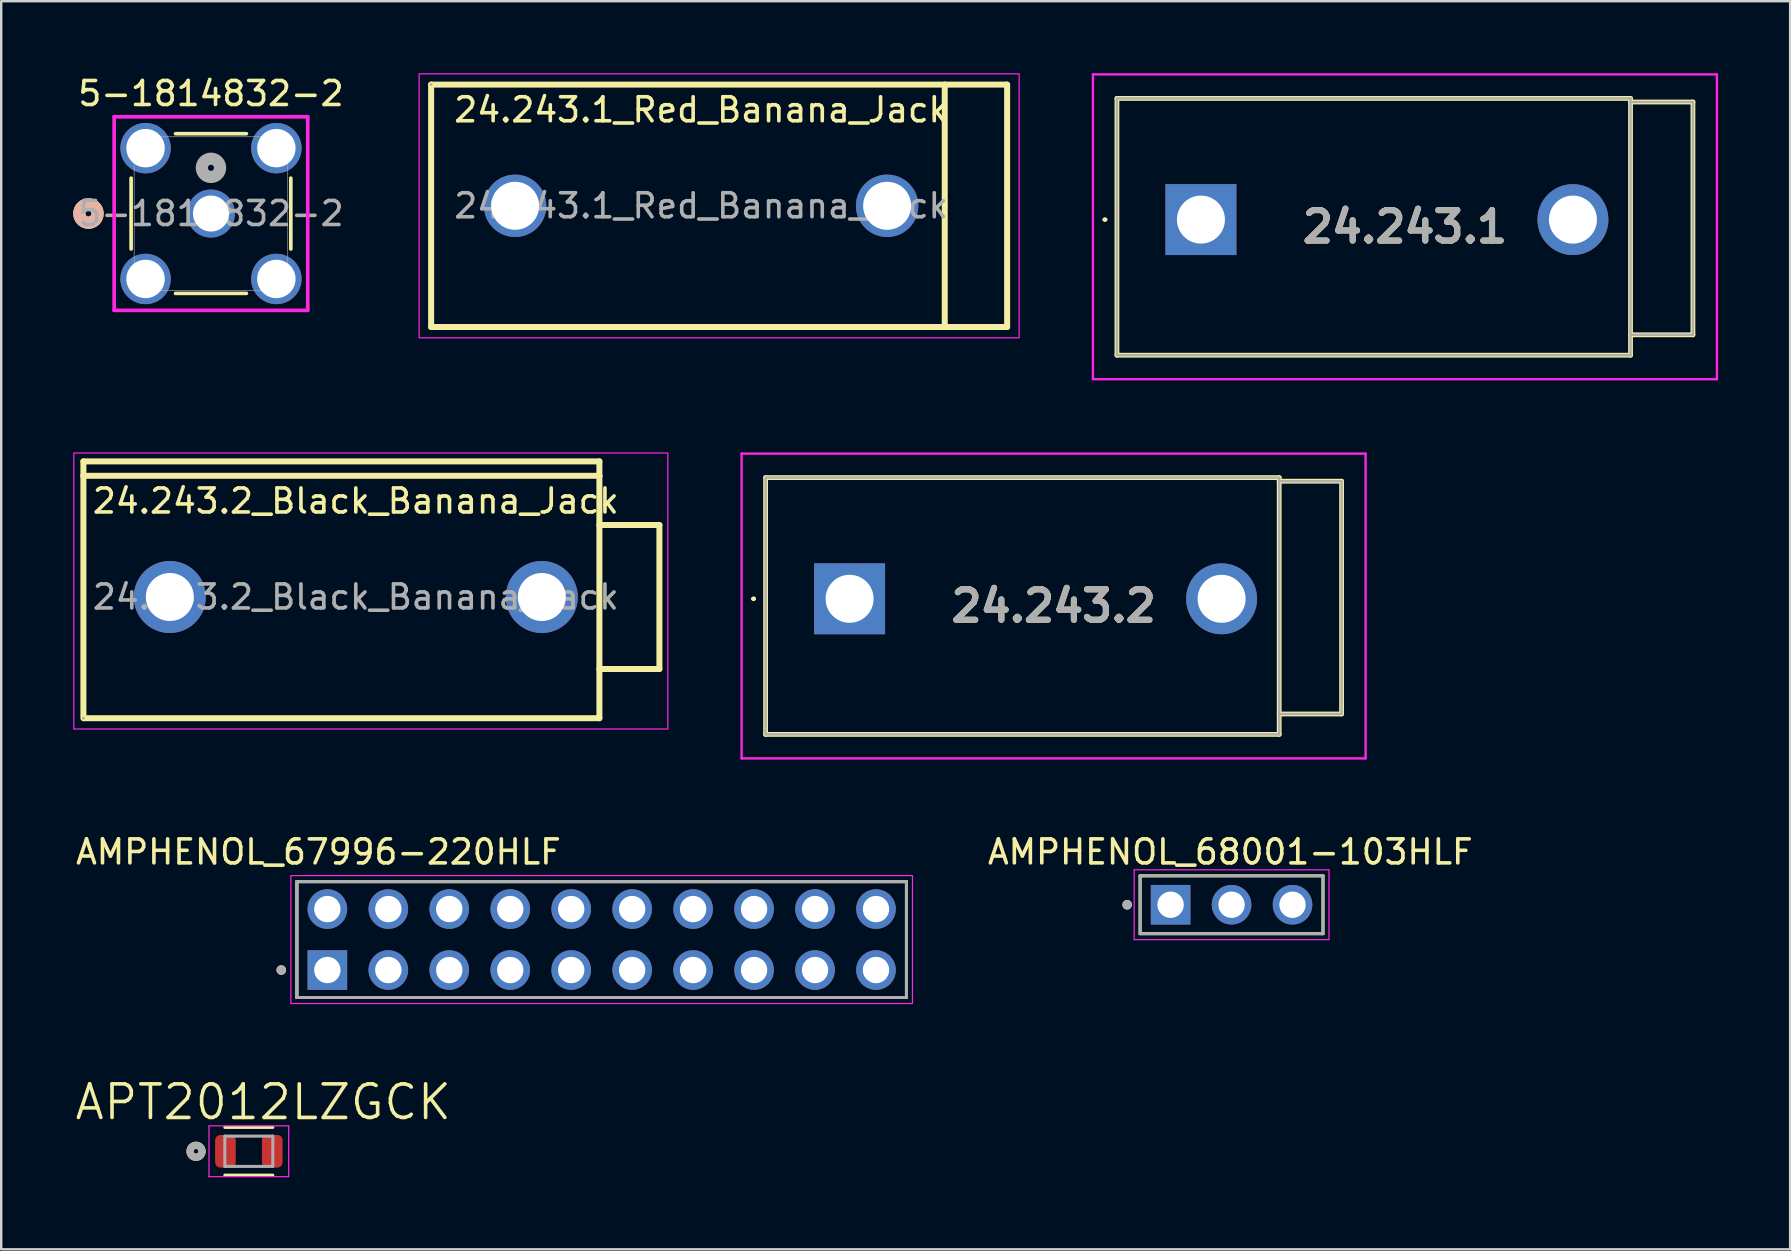
<source format=kicad_pcb>
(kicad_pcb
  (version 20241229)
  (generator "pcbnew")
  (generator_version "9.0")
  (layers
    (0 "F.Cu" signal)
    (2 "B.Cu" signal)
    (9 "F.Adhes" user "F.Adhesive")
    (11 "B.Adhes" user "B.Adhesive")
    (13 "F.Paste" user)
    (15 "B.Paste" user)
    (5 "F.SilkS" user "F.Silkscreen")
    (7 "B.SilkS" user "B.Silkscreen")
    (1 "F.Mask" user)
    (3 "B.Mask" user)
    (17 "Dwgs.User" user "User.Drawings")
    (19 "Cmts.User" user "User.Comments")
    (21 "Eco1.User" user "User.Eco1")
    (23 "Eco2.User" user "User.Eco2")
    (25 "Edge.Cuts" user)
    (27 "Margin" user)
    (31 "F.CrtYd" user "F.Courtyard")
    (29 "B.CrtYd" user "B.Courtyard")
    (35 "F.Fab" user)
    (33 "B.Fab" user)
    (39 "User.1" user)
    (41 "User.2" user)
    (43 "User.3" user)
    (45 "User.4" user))
  (footprint "5-1814832-2"
    (layer "F.Cu")
    (at 5.74 5.848)
    (property "Reference" "5-1814832-2" (at 0 -5 0) (unlocked yes) (layer "F.SilkS") (effects (font (size 1 1) (thickness 0.15))))
    (attr through_hole)
    (fp_line (start -3.327 -1.476) (end -3.327 1.476) (stroke (width 0.152) (type solid)) (layer "F.SilkS"))
    (fp_line (start -1.476 3.327) (end 1.476 3.327) (stroke (width 0.152) (type solid)) (layer "F.SilkS"))
    (fp_line (start 1.476 -3.327) (end -1.476 -3.327) (stroke (width 0.152) (type solid)) (layer "F.SilkS"))
    (fp_line (start 3.327 1.476) (end 3.327 -1.476) (stroke (width 0.152) (type solid)) (layer "F.SilkS"))
    (fp_circle (center -5.105 0) (end -4.724 0) (stroke (width 0.508) (type solid)) (fill no) (layer "F.SilkS"))
    (fp_circle (center -5.105 0) (end -4.724 0) (stroke (width 0.508) (type solid)) (fill no) (layer "B.SilkS"))
    (fp_line (start -4.033 -4.033) (end -4.033 4.033) (stroke (width 0.152) (type solid)) (layer "F.CrtYd"))
    (fp_line (start -4.033 4.033) (end 4.033 4.033) (stroke (width 0.152) (type solid)) (layer "F.CrtYd"))
    (fp_line (start 4.033 -4.033) (end -4.033 -4.033) (stroke (width 0.152) (type solid)) (layer "F.CrtYd"))
    (fp_line (start 4.033 4.033) (end 4.033 -4.033) (stroke (width 0.152) (type solid)) (layer "F.CrtYd"))
    (fp_line (start -3.2 -3.2) (end -3.2 3.2) (stroke (width 0.025) (type solid)) (layer "F.Fab"))
    (fp_line (start -3.2 3.2) (end 3.2 3.2) (stroke (width 0.025) (type solid)) (layer "F.Fab"))
    (fp_line (start 3.2 -3.2) (end -3.2 -3.2) (stroke (width 0.025) (type solid)) (layer "F.Fab"))
    (fp_line (start 3.2 3.2) (end 3.2 -3.2) (stroke (width 0.025) (type solid)) (layer "F.Fab"))
    (fp_circle (center 0 -1.905) (end 0.381 -1.905) (stroke (width 0.508) (type solid)) (fill no) (layer "F.Fab"))
    (fp_text user "${REFERENCE}" (at 0 0 0) (unlocked yes) (layer "F.Fab") (effects (font (size 1 1) (thickness 0.15))))
    (pad "1" thru_hole circle (at 0 0) (size 2 2) (drill 1.5) (layers "*.Cu" "*.Mask"))
    (pad "2" thru_hole circle (at -2.725 -2.725) (size 2.1 2.1) (drill 1.6) (layers "*.Cu" "*.Mask"))
    (pad "2" thru_hole circle (at -2.725 2.725) (size 2.1 2.1) (drill 1.6) (layers "*.Cu" "*.Mask"))
    (pad "2" thru_hole circle (at 2.725 -2.725) (size 2.1 2.1) (drill 1.6) (layers "*.Cu" "*.Mask"))
    (pad "2" thru_hole circle (at 2.725 2.725) (size 2.1 2.1) (drill 1.6) (layers "*.Cu" "*.Mask")))
  (footprint "24.243.1"
    (layer "F.Cu")
    (at 46.989 6.1)
    (property "Reference" "24.243.1" (at 8.5 0.3 0) (layer "F.SilkS") (effects (font (size 1.27 1.27) (thickness 0.254))))
    (attr through_hole)
    (fp_line (start -4.05 0) (end -4.05 0) (stroke (width 0.1) (type solid)) (layer "F.SilkS"))
    (fp_line (start -3.95 0) (end -3.95 0) (stroke (width 0.1) (type solid)) (layer "F.SilkS"))
    (fp_line (start -3.5 -5.05) (end 17.9 -5.05) (stroke (width 0.2) (type solid)) (layer "F.SilkS"))
    (fp_line (start -3.5 5.65) (end -3.5 -5.05) (stroke (width 0.2) (type solid)) (layer "F.SilkS"))
    (fp_line (start 17.9 -5.05) (end 17.9 5.65) (stroke (width 0.2) (type solid)) (layer "F.SilkS"))
    (fp_line (start 17.9 -4.9) (end 20.5 -4.9) (stroke (width 0.2) (type solid)) (layer "F.SilkS"))
    (fp_line (start 17.9 5.65) (end -3.5 5.65) (stroke (width 0.2) (type solid)) (layer "F.SilkS"))
    (fp_line (start 20.5 -4.9) (end 20.5 4.8) (stroke (width 0.2) (type solid)) (layer "F.SilkS"))
    (fp_line (start 20.5 4.8) (end 17.9 4.8) (stroke (width 0.2) (type solid)) (layer "F.SilkS"))
    (fp_arc (start -4.05 0) (mid -4 -0.05) (end -3.95 0) (stroke (width 0.1) (type solid)) (layer "F.SilkS"))
    (fp_arc (start -3.95 0) (mid -4 0.05) (end -4.05 0) (stroke (width 0.1) (type solid)) (layer "F.SilkS"))
    (fp_line (start -4.5 -6.05) (end 21.5 -6.05) (stroke (width 0.1) (type solid)) (layer "F.CrtYd"))
    (fp_line (start -4.5 6.65) (end -4.5 -6.05) (stroke (width 0.1) (type solid)) (layer "F.CrtYd"))
    (fp_line (start 21.5 -6.05) (end 21.5 6.65) (stroke (width 0.1) (type solid)) (layer "F.CrtYd"))
    (fp_line (start 21.5 6.65) (end -4.5 6.65) (stroke (width 0.1) (type solid)) (layer "F.CrtYd"))
    (fp_line (start -3.5 -5.05) (end 17.9 -5.05) (stroke (width 0.1) (type solid)) (layer "F.Fab"))
    (fp_line (start -3.5 5.65) (end -3.5 -5.05) (stroke (width 0.1) (type solid)) (layer "F.Fab"))
    (fp_line (start 17.9 -5.05) (end 17.9 5.65) (stroke (width 0.1) (type solid)) (layer "F.Fab"))
    (fp_line (start 17.9 -4.9) (end 20.5 -4.9) (stroke (width 0.1) (type solid)) (layer "F.Fab"))
    (fp_line (start 17.9 5.65) (end -3.5 5.65) (stroke (width 0.1) (type solid)) (layer "F.Fab"))
    (fp_line (start 20.5 -4.9) (end 20.5 4.8) (stroke (width 0.1) (type solid)) (layer "F.Fab"))
    (fp_line (start 20.5 4.8) (end 17.9 4.8) (stroke (width 0.1) (type solid)) (layer "F.Fab"))
    (fp_text user "${REFERENCE}" (at 8.5 0.3 0) (layer "F.Fab") (effects (font (size 1.27 1.27) (thickness 0.254))))
    (pad "1" thru_hole rect (at 0 0) (size 2.955 2.955) (drill 2) (layers "*.Cu" "*.Mask"))
    (pad "2" thru_hole circle (at 15.5 0) (size 2.955 2.955) (drill 2) (layers "*.Cu" "*.Mask")))
  (footprint "APT2012LZGCK"
    (layer "F.Cu")
    (at 7.318 44.92)
    (property "Reference" "APT2012LZGCK" (at 0.6 -2.05 0) (layer "F.SilkS") (effects (font (size 1.4 1.4) (thickness 0.15))))
    (attr smd)
    (fp_line (start -1 -0.995) (end 1 -0.995) (stroke (width 0.127) (type solid)) (layer "F.SilkS"))
    (fp_line (start -1 0.995) (end 1 0.995) (stroke (width 0.127) (type solid)) (layer "F.SilkS"))
    (fp_circle (center -2.2 0) (end -2.1 0) (stroke (width 0.3) (type solid)) (fill no) (layer "F.SilkS"))
    (fp_line (start -1.66 -1.059) (end 1.66 -1.059) (stroke (width 0.05) (type solid)) (layer "F.CrtYd"))
    (fp_line (start -1.66 1.059) (end -1.66 -1.059) (stroke (width 0.05) (type solid)) (layer "F.CrtYd"))
    (fp_line (start 1.66 -1.059) (end 1.66 1.059) (stroke (width 0.05) (type solid)) (layer "F.CrtYd"))
    (fp_line (start 1.66 1.059) (end -1.66 1.059) (stroke (width 0.05) (type solid)) (layer "F.CrtYd"))
    (fp_line (start -1 -0.63) (end 1 -0.63) (stroke (width 0.127) (type solid)) (layer "F.Fab"))
    (fp_line (start -1 0.63) (end -1 -0.63) (stroke (width 0.127) (type solid)) (layer "F.Fab"))
    (fp_line (start 1 -0.63) (end 1 0.63) (stroke (width 0.127) (type solid)) (layer "F.Fab"))
    (fp_line (start 1 0.63) (end -1 0.63) (stroke (width 0.127) (type solid)) (layer "F.Fab"))
    (fp_circle (center -2.2 0) (end -2.1 0) (stroke (width 0.3) (type solid)) (fill no) (layer "F.Fab"))
    (pad "1" smd roundrect (at -0.975 0) (size 0.86 1.36) (layers "F.Cu" "F.Mask" "F.Paste") (roundrect_rratio 0.25))
    (pad "2" smd roundrect (at 0.975 0) (size 0.86 1.36) (layers "F.Cu" "F.Mask" "F.Paste") (roundrect_rratio 0.25)))
  (footprint "24.243.2_Black_Banana_Jack"
    (layer "F.Cu")
    (at 11.775 21.825)
    (property "Reference" "24.243.2_Black_Banana_Jack" (at 0 -4 0) (layer "F.SilkS") (effects (font (size 1 1) (thickness 0.15))))
    (attr through_hole)
    (fp_line (start -11.35 -5.65) (end 10.15 -5.65) (stroke (width 0.25) (type solid)) (layer "F.SilkS"))
    (fp_line (start -11.35 -5.05) (end -11.35 -5.65) (stroke (width 0.25) (type solid)) (layer "F.SilkS"))
    (fp_line (start -11.35 -5.05) (end 10.15 -5.05) (stroke (width 0.25) (type solid)) (layer "F.SilkS"))
    (fp_line (start -11.35 5.05) (end -11.35 -5.05) (stroke (width 0.25) (type solid)) (layer "F.SilkS"))
    (fp_line (start 10.15 -5.65) (end 10.15 -5.05) (stroke (width 0.25) (type solid)) (layer "F.SilkS"))
    (fp_line (start 10.15 -5.05) (end 10.15 5.05) (stroke (width 0.25) (type solid)) (layer "F.SilkS"))
    (fp_line (start 10.15 -3) (end 12.65 -3) (stroke (width 0.25) (type solid)) (layer "F.SilkS"))
    (fp_line (start 10.15 5.05) (end -11.32 5.05) (stroke (width 0.25) (type solid)) (layer "F.SilkS"))
    (fp_line (start 12.65 -3) (end 12.65 3) (stroke (width 0.25) (type solid)) (layer "F.SilkS"))
    (fp_line (start 12.65 3) (end 10.15 3) (stroke (width 0.25) (type solid)) (layer "F.SilkS"))
    (fp_rect (start -11.75 -6) (end 13 5.5) (stroke (width 0.05) (type default)) (fill no) (layer "F.CrtYd"))
    (fp_circle (center -11.35 5.05) (end -11.32 5.05) (stroke (width 0.06) (type solid)) (fill no) (layer "F.Fab"))
    (fp_text user "${REFERENCE}" (at 0 0 0) (layer "F.Fab") (effects (font (size 1 1) (thickness 0.15))))
    (pad "1" thru_hole circle (at -7.75 0) (size 3 3) (drill 2) (layers "*.Cu" "*.Mask"))
    (pad "2" thru_hole circle (at 7.75 0) (size 3 3) (drill 2) (layers "*.Cu" "*.Mask")))
  (footprint "AMPHENOL_67996-220HLF"
    (layer "F.Cu")
    (at 22.02 36.098)
    (property "Reference" "AMPHENOL_67996-220HLF" (at -11.8 -3.65 0) (layer "F.SilkS") (effects (font (size 1 1) (thickness 0.15))))
    (attr through_hole)
    (fp_line (start -12.7 2.415) (end -12.7 -2.415) (stroke (width 0.127) (type solid)) (layer "F.SilkS"))
    (fp_line (start 12.7 -2.415) (end -12.7 -2.415) (stroke (width 0.127) (type solid)) (layer "F.SilkS"))
    (fp_line (start 12.7 -2.415) (end 12.7 2.415) (stroke (width 0.127) (type solid)) (layer "F.SilkS"))
    (fp_line (start 12.7 2.415) (end -12.7 2.415) (stroke (width 0.127) (type solid)) (layer "F.SilkS"))
    (fp_circle (center -13.35 1.27) (end -13.25 1.27) (stroke (width 0.2) (type solid)) (fill no) (layer "F.SilkS"))
    (fp_line (start -12.95 -2.665) (end 12.95 -2.665) (stroke (width 0.05) (type solid)) (layer "F.CrtYd"))
    (fp_line (start -12.95 2.665) (end -12.95 -2.665) (stroke (width 0.05) (type solid)) (layer "F.CrtYd"))
    (fp_line (start 12.95 -2.665) (end 12.95 2.665) (stroke (width 0.05) (type solid)) (layer "F.CrtYd"))
    (fp_line (start 12.95 2.665) (end -12.95 2.665) (stroke (width 0.05) (type solid)) (layer "F.CrtYd"))
    (fp_line (start -12.7 -2.415) (end 12.7 -2.415) (stroke (width 0.127) (type solid)) (layer "F.Fab"))
    (fp_line (start -12.7 -2.415) (end 12.7 -2.415) (stroke (width 0.127) (type solid)) (layer "F.Fab"))
    (fp_line (start -12.7 2.415) (end -12.7 -2.415) (stroke (width 0.127) (type solid)) (layer "F.Fab"))
    (fp_line (start -12.7 2.415) (end -12.7 -2.415) (stroke (width 0.127) (type solid)) (layer "F.Fab"))
    (fp_line (start 12.7 -2.415) (end 12.7 2.415) (stroke (width 0.127) (type solid)) (layer "F.Fab"))
    (fp_line (start 12.7 -2.415) (end 12.7 2.415) (stroke (width 0.127) (type solid)) (layer "F.Fab"))
    (fp_line (start 12.7 2.415) (end -12.7 2.415) (stroke (width 0.127) (type solid)) (layer "F.Fab"))
    (fp_circle (center -13.35 1.27) (end -13.25 1.27) (stroke (width 0.2) (type solid)) (fill no) (layer "F.Fab"))
    (pad "01" thru_hole rect (at -11.43 1.27) (size 1.65 1.65) (drill 1.1) (layers "*.Cu" "*.Mask"))
    (pad "02" thru_hole circle (at -11.43 -1.27) (size 1.65 1.65) (drill 1.1) (layers "*.Cu" "*.Mask"))
    (pad "03" thru_hole circle (at -8.89 1.27) (size 1.65 1.65) (drill 1.1) (layers "*.Cu" "*.Mask"))
    (pad "04" thru_hole circle (at -8.89 -1.27) (size 1.65 1.65) (drill 1.1) (layers "*.Cu" "*.Mask"))
    (pad "05" thru_hole circle (at -6.35 1.27) (size 1.65 1.65) (drill 1.1) (layers "*.Cu" "*.Mask"))
    (pad "06" thru_hole circle (at -6.35 -1.27) (size 1.65 1.65) (drill 1.1) (layers "*.Cu" "*.Mask"))
    (pad "07" thru_hole circle (at -3.81 1.27) (size 1.65 1.65) (drill 1.1) (layers "*.Cu" "*.Mask"))
    (pad "08" thru_hole circle (at -3.81 -1.27) (size 1.65 1.65) (drill 1.1) (layers "*.Cu" "*.Mask"))
    (pad "09" thru_hole circle (at -1.27 1.27) (size 1.65 1.65) (drill 1.1) (layers "*.Cu" "*.Mask"))
    (pad "10" thru_hole circle (at -1.27 -1.27) (size 1.65 1.65) (drill 1.1) (layers "*.Cu" "*.Mask"))
    (pad "11" thru_hole circle (at 1.27 1.27) (size 1.65 1.65) (drill 1.1) (layers "*.Cu" "*.Mask"))
    (pad "12" thru_hole circle (at 1.27 -1.27) (size 1.65 1.65) (drill 1.1) (layers "*.Cu" "*.Mask"))
    (pad "13" thru_hole circle (at 3.81 1.27) (size 1.65 1.65) (drill 1.1) (layers "*.Cu" "*.Mask"))
    (pad "14" thru_hole circle (at 3.81 -1.27) (size 1.65 1.65) (drill 1.1) (layers "*.Cu" "*.Mask"))
    (pad "15" thru_hole circle (at 6.35 1.27) (size 1.65 1.65) (drill 1.1) (layers "*.Cu" "*.Mask"))
    (pad "16" thru_hole circle (at 6.35 -1.27) (size 1.65 1.65) (drill 1.1) (layers "*.Cu" "*.Mask"))
    (pad "17" thru_hole circle (at 8.89 1.27) (size 1.65 1.65) (drill 1.1) (layers "*.Cu" "*.Mask"))
    (pad "18" thru_hole circle (at 8.89 -1.27) (size 1.65 1.65) (drill 1.1) (layers "*.Cu" "*.Mask"))
    (pad "19" thru_hole circle (at 11.43 1.27) (size 1.65 1.65) (drill 1.1) (layers "*.Cu" "*.Mask"))
    (pad "20" thru_hole circle (at 11.43 -1.27) (size 1.65 1.65) (drill 1.1) (layers "*.Cu" "*.Mask")))
  (footprint "24.243.1_Red_Banana_Jack"
    (layer "F.Cu")
    (at 26.164 5.525)
    (property "Reference" "24.243.1_Red_Banana_Jack" (at 0 -4 0) (layer "F.SilkS") (effects (font (size 1 1) (thickness 0.15))))
    (attr through_hole)
    (fp_line (start -11.25 -5.05) (end 12.75 -5.05) (stroke (width 0.25) (type solid)) (layer "F.SilkS"))
    (fp_line (start -11.25 5.05) (end -11.25 -5.05) (stroke (width 0.25) (type solid)) (layer "F.SilkS"))
    (fp_line (start 10.15 -5.05) (end 10.15 5.05) (stroke (width 0.25) (type solid)) (layer "F.SilkS"))
    (fp_line (start 12.75 -5.05) (end 12.75 5.05) (stroke (width 0.25) (type solid)) (layer "F.SilkS"))
    (fp_line (start 12.75 5.05) (end -11.25 5.05) (stroke (width 0.25) (type solid)) (layer "F.SilkS"))
    (fp_rect (start -11.75 -5.5) (end 13.25 5.5) (stroke (width 0.05) (type default)) (fill no) (layer "F.CrtYd"))
    (fp_circle (center -11.25 -5.05) (end -11.22 -5.05) (stroke (width 0.06) (type solid)) (fill no) (layer "F.Fab"))
    (fp_text user "${REFERENCE}" (at 0 0 0) (layer "F.Fab") (effects (font (size 1 1) (thickness 0.15))))
    (pad "1" thru_hole circle (at -7.75 0) (size 2.6 2.6) (drill 2) (layers "*.Cu" "*.Mask"))
    (pad "2" thru_hole circle (at 7.75 0) (size 2.6 2.6) (drill 2) (layers "*.Cu" "*.Mask")))
  (footprint "AMPHENOL_68001-103HLF"
    (layer "F.Cu")
    (at 48.265 34.648)
    (property "Reference" "AMPHENOL_68001-103HLF" (at -0.05 -2.2 0) (layer "F.SilkS") (effects (font (size 1 1) (thickness 0.15))))
    (attr through_hole)
    (fp_line (start -3.81 1.205) (end -3.81 -1.205) (stroke (width 0.127) (type solid)) (layer "F.SilkS"))
    (fp_line (start 3.81 -1.205) (end -3.81 -1.205) (stroke (width 0.127) (type solid)) (layer "F.SilkS"))
    (fp_line (start 3.81 -1.205) (end 3.81 1.205) (stroke (width 0.127) (type solid)) (layer "F.SilkS"))
    (fp_line (start 3.81 1.205) (end -3.81 1.205) (stroke (width 0.127) (type solid)) (layer "F.SilkS"))
    (fp_circle (center -4.35 0) (end -4.25 0) (stroke (width 0.2) (type solid)) (fill no) (layer "F.SilkS"))
    (fp_line (start -4.06 -1.455) (end 4.06 -1.455) (stroke (width 0.05) (type solid)) (layer "F.CrtYd"))
    (fp_line (start -4.06 1.455) (end -4.06 -1.455) (stroke (width 0.05) (type solid)) (layer "F.CrtYd"))
    (fp_line (start 4.06 -1.455) (end 4.06 1.455) (stroke (width 0.05) (type solid)) (layer "F.CrtYd"))
    (fp_line (start 4.06 1.455) (end -4.06 1.455) (stroke (width 0.05) (type solid)) (layer "F.CrtYd"))
    (fp_line (start -3.81 -1.205) (end 3.81 -1.205) (stroke (width 0.127) (type solid)) (layer "F.Fab"))
    (fp_line (start -3.81 1.205) (end -3.81 -1.205) (stroke (width 0.127) (type solid)) (layer "F.Fab"))
    (fp_line (start 3.81 -1.205) (end 3.81 1.205) (stroke (width 0.127) (type solid)) (layer "F.Fab"))
    (fp_line (start 3.81 1.205) (end -3.81 1.205) (stroke (width 0.127) (type solid)) (layer "F.Fab"))
    (fp_circle (center -4.35 0) (end -4.25 0) (stroke (width 0.2) (type solid)) (fill no) (layer "F.Fab"))
    (pad "1" thru_hole rect (at -2.54 0) (size 1.65 1.65) (drill 1.1) (layers "*.Cu" "*.Mask"))
    (pad "2" thru_hole circle (at 0 0) (size 1.65 1.65) (drill 1.1) (layers "*.Cu" "*.Mask"))
    (pad "3" thru_hole circle (at 2.54 0) (size 1.65 1.65) (drill 1.1) (layers "*.Cu" "*.Mask")))
  (footprint "24.243.2"
    (layer "F.Cu")
    (at 32.35 21.9)
    (property "Reference" "24.243.2" (at 8.5 0.3 0) (layer "F.SilkS") (effects (font (size 1.27 1.27) (thickness 0.254))))
    (attr through_hole)
    (fp_line (start -4.05 0) (end -4.05 0) (stroke (width 0.1) (type solid)) (layer "F.SilkS"))
    (fp_line (start -3.95 0) (end -3.95 0) (stroke (width 0.1) (type solid)) (layer "F.SilkS"))
    (fp_line (start -3.5 -5.05) (end 17.9 -5.05) (stroke (width 0.2) (type solid)) (layer "F.SilkS"))
    (fp_line (start -3.5 5.65) (end -3.5 -5.05) (stroke (width 0.2) (type solid)) (layer "F.SilkS"))
    (fp_line (start 17.9 -5.05) (end 17.9 5.65) (stroke (width 0.2) (type solid)) (layer "F.SilkS"))
    (fp_line (start 17.9 -4.9) (end 20.5 -4.9) (stroke (width 0.2) (type solid)) (layer "F.SilkS"))
    (fp_line (start 17.9 5.65) (end -3.5 5.65) (stroke (width 0.2) (type solid)) (layer "F.SilkS"))
    (fp_line (start 20.5 -4.9) (end 20.5 4.8) (stroke (width 0.2) (type solid)) (layer "F.SilkS"))
    (fp_line (start 20.5 4.8) (end 17.9 4.8) (stroke (width 0.2) (type solid)) (layer "F.SilkS"))
    (fp_arc (start -4.05 0) (mid -4 -0.05) (end -3.95 0) (stroke (width 0.1) (type solid)) (layer "F.SilkS"))
    (fp_arc (start -3.95 0) (mid -4 0.05) (end -4.05 0) (stroke (width 0.1) (type solid)) (layer "F.SilkS"))
    (fp_line (start -4.5 -6.05) (end 21.5 -6.05) (stroke (width 0.1) (type solid)) (layer "F.CrtYd"))
    (fp_line (start -4.5 6.65) (end -4.5 -6.05) (stroke (width 0.1) (type solid)) (layer "F.CrtYd"))
    (fp_line (start 21.5 -6.05) (end 21.5 6.65) (stroke (width 0.1) (type solid)) (layer "F.CrtYd"))
    (fp_line (start 21.5 6.65) (end -4.5 6.65) (stroke (width 0.1) (type solid)) (layer "F.CrtYd"))
    (fp_line (start -3.5 -5.05) (end 17.9 -5.05) (stroke (width 0.1) (type solid)) (layer "F.Fab"))
    (fp_line (start -3.5 5.65) (end -3.5 -5.05) (stroke (width 0.1) (type solid)) (layer "F.Fab"))
    (fp_line (start 17.9 -5.05) (end 17.9 5.65) (stroke (width 0.1) (type solid)) (layer "F.Fab"))
    (fp_line (start 17.9 -4.9) (end 20.5 -4.9) (stroke (width 0.1) (type solid)) (layer "F.Fab"))
    (fp_line (start 17.9 5.65) (end -3.5 5.65) (stroke (width 0.1) (type solid)) (layer "F.Fab"))
    (fp_line (start 20.5 -4.9) (end 20.5 4.8) (stroke (width 0.1) (type solid)) (layer "F.Fab"))
    (fp_line (start 20.5 4.8) (end 17.9 4.8) (stroke (width 0.1) (type solid)) (layer "F.Fab"))
    (fp_text user "${REFERENCE}" (at 8.5 0.3 0) (layer "F.Fab") (effects (font (size 1.27 1.27) (thickness 0.254))))
    (pad "1" thru_hole rect (at 0 0) (size 2.955 2.955) (drill 2) (layers "*.Cu" "*.Mask"))
    (pad "2" thru_hole circle (at 15.5 0) (size 2.955 2.955) (drill 2) (layers "*.Cu" "*.Mask")))
  (gr_rect
    (start -3 -3)
    (end 71.539 49.005)
    (stroke (width 0.1) (type default))
    (fill no)
    (layer "Edge.Cuts")))
</source>
